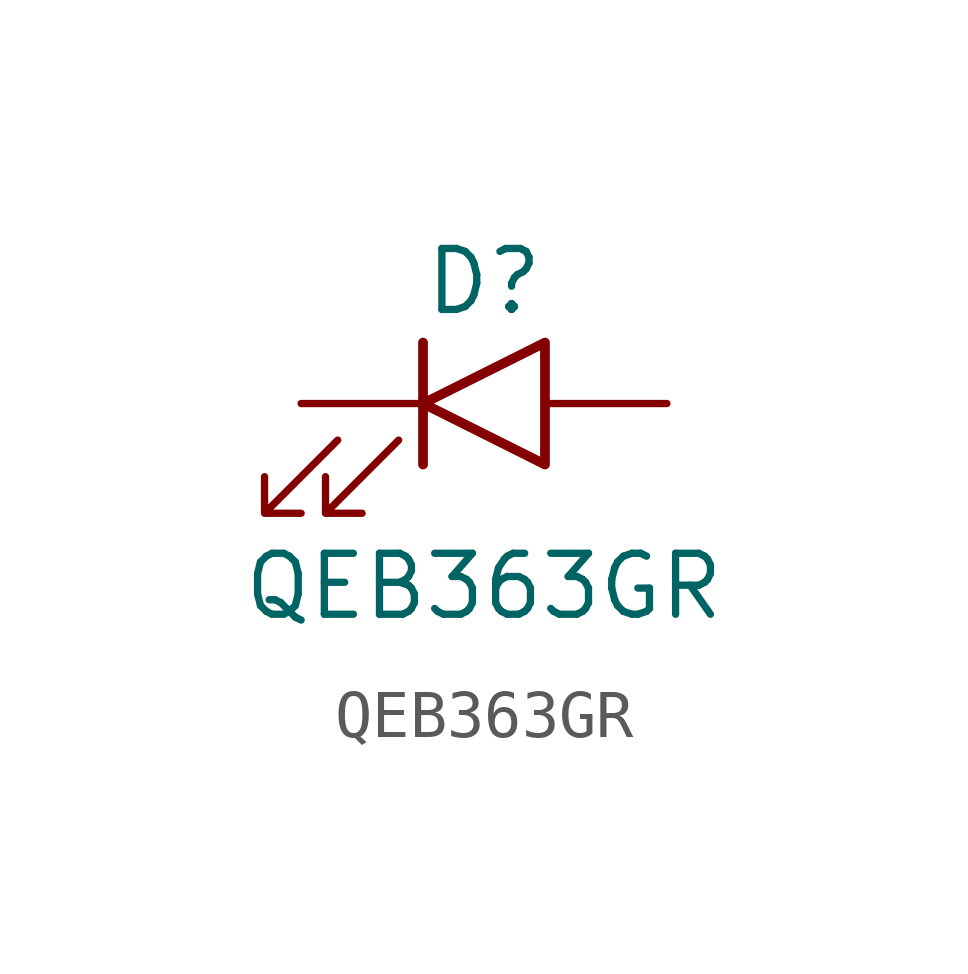
<source format=kicad_sym>
(kicad_symbol_lib
  (version 20211014)
  (generator kicad_symbol_editor)
  (symbol "QEB363GR"
    (pin_numbers hide)
    (pin_names
      (offset 1.016) hide)
    (property "Reference" "D"
      (at 0 2.54 0)
      (effects (font (size 1.27 1.27))))
    (property "Value" "QEB363GR"
      (at 0 -3.81 0)
      (effects (font (size 1.27 1.27))))
    (symbol "QEB363GR_0_1"
      (polyline (pts (xy -1.27 -1.27) (xy -1.27 1.27)) (stroke (width 0.203) (type default) (color 0 0 0 0)) (fill (type none)))
      (polyline (pts (xy 1.27 -1.27) (xy 1.27 1.27) (xy -1.27 0) (xy 1.27 -1.27)) (stroke (width 0.203) (type default) (color 0 0 0 0)) (fill (type none)))
      (polyline (pts (xy -3.048 -0.762) (xy -4.572 -2.286) (xy -3.81 -2.286) (xy -4.572 -2.286) (xy -4.572 -1.524)) (stroke (width 0) (type default) (color 0 0 0 0)) (fill (type none)))
      (polyline (pts (xy -1.778 -0.762) (xy -3.302 -2.286) (xy -2.54 -2.286) (xy -3.302 -2.286) (xy -3.302 -1.524)) (stroke (width 0) (type default) (color 0 0 0 0)) (fill (type none))))
    (symbol "QEB363GR_1_1"
      (pin passive line (at -3.81 0 0) (length 2.54) (name "K" (effects (font (size 1.27 1.27)))) (number "1" (effects (font (size 1.27 1.27)))))
      (pin passive line (at 3.81 0 180) (length 2.54) (name "A" (effects (font (size 1.27 1.27)))) (number "2" (effects (font (size 1.27 1.27))))))))
</source>
